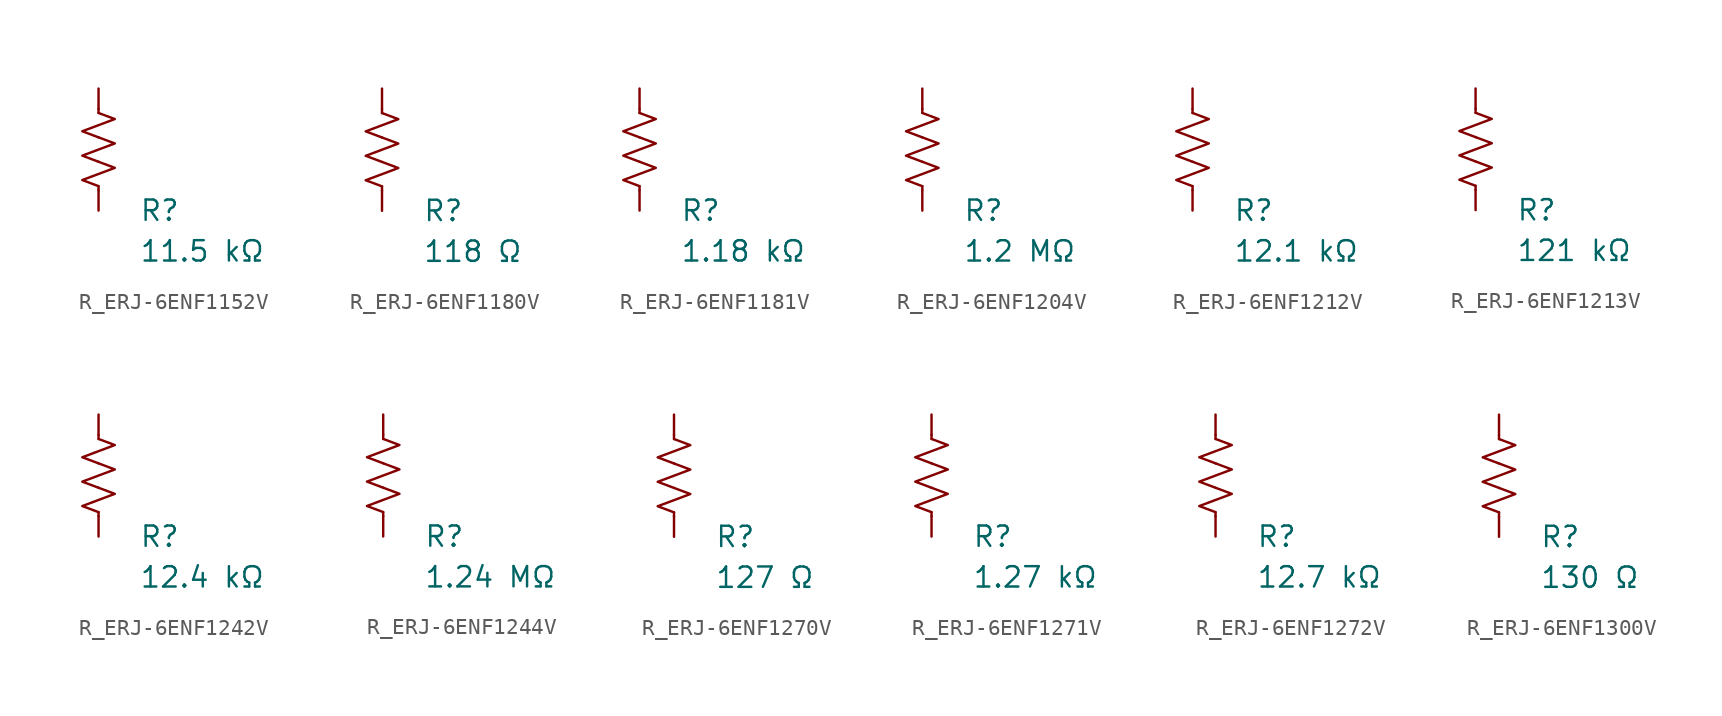
<source format=kicad_sym>
(kicad_symbol_lib
  (version 20231120)
  (generator "kicad_symbol_editor")
  (generator_version "8.0")
  (symbol "R_ERJ-6ENF1152V"
    (pin_numbers hide)
    (pin_names
      (offset 0))
    (property "Reference" "R"
      (at 2.54 -3.81 0)
      (effects (font (size 1.27 1.27)) (justify left))
      (show_name no))
    (property "Value" "11.5 kΩ"
      (at 2.54 -6.35 0)
      (effects (font (size 1.27 1.27)) (justify left))
      (show_name no))
    (symbol "R_ERJ-6ENF1152V_0_1"
      (polyline (pts (xy 0 -2.286) (xy 0 -2.54)) (stroke (width 0) (type default)) (fill (type none)))
      (polyline (pts (xy 0 2.286) (xy 0 2.54)) (stroke (width 0) (type default)) (fill (type none)))
      (polyline (pts (xy 0 -0.762) (xy 1.016 -1.143) (xy 0 -1.524) (xy -1.016 -1.905) (xy 0 -2.286)) (stroke (width 0) (type default)) (fill (type none)))
      (polyline (pts (xy 0 0.762) (xy 1.016 0.381) (xy 0 0) (xy -1.016 -0.381) (xy 0 -0.762)) (stroke (width 0) (type default)) (fill (type none)))
      (polyline (pts (xy 0 2.286) (xy 1.016 1.905) (xy 0 1.524) (xy -1.016 1.143) (xy 0 0.762)) (stroke (width 0) (type default)) (fill (type none))))
    (symbol "R_ERJ-6ENF1152V_1_1"
      (pin passive line (at 0 3.81 270) (length 1.27) (name "~" (effects (font (size 1.27 1.27)))) (number "1" (effects (font (size 1.27 1.27)))))
      (pin passive line (at 0 -3.81 90) (length 1.27) (name "~" (effects (font (size 1.27 1.27)))) (number "2" (effects (font (size 1.27 1.27)))))))
  (symbol "R_ERJ-6ENF1180V"
    (pin_numbers hide)
    (pin_names
      (offset 0))
    (property "Reference" "R"
      (at 2.54 -3.81 0)
      (effects (font (size 1.27 1.27)) (justify left))
      (show_name no))
    (property "Value" "118 Ω"
      (at 2.54 -6.35 0)
      (effects (font (size 1.27 1.27)) (justify left))
      (show_name no))
    (symbol "R_ERJ-6ENF1180V_0_1"
      (polyline (pts (xy 0 -2.286) (xy 0 -2.54)) (stroke (width 0) (type default)) (fill (type none)))
      (polyline (pts (xy 0 2.286) (xy 0 2.54)) (stroke (width 0) (type default)) (fill (type none)))
      (polyline (pts (xy 0 -0.762) (xy 1.016 -1.143) (xy 0 -1.524) (xy -1.016 -1.905) (xy 0 -2.286)) (stroke (width 0) (type default)) (fill (type none)))
      (polyline (pts (xy 0 0.762) (xy 1.016 0.381) (xy 0 0) (xy -1.016 -0.381) (xy 0 -0.762)) (stroke (width 0) (type default)) (fill (type none)))
      (polyline (pts (xy 0 2.286) (xy 1.016 1.905) (xy 0 1.524) (xy -1.016 1.143) (xy 0 0.762)) (stroke (width 0) (type default)) (fill (type none))))
    (symbol "R_ERJ-6ENF1180V_1_1"
      (pin passive line (at 0 3.81 270) (length 1.27) (name "~" (effects (font (size 1.27 1.27)))) (number "1" (effects (font (size 1.27 1.27)))))
      (pin passive line (at 0 -3.81 90) (length 1.27) (name "~" (effects (font (size 1.27 1.27)))) (number "2" (effects (font (size 1.27 1.27)))))))
  (symbol "R_ERJ-6ENF1181V"
    (pin_numbers hide)
    (pin_names
      (offset 0))
    (property "Reference" "R"
      (at 2.54 -3.81 0)
      (effects (font (size 1.27 1.27)) (justify left))
      (show_name no))
    (property "Value" "1.18 kΩ"
      (at 2.54 -6.35 0)
      (effects (font (size 1.27 1.27)) (justify left))
      (show_name no))
    (symbol "R_ERJ-6ENF1181V_0_1"
      (polyline (pts (xy 0 -2.286) (xy 0 -2.54)) (stroke (width 0) (type default)) (fill (type none)))
      (polyline (pts (xy 0 2.286) (xy 0 2.54)) (stroke (width 0) (type default)) (fill (type none)))
      (polyline (pts (xy 0 -0.762) (xy 1.016 -1.143) (xy 0 -1.524) (xy -1.016 -1.905) (xy 0 -2.286)) (stroke (width 0) (type default)) (fill (type none)))
      (polyline (pts (xy 0 0.762) (xy 1.016 0.381) (xy 0 0) (xy -1.016 -0.381) (xy 0 -0.762)) (stroke (width 0) (type default)) (fill (type none)))
      (polyline (pts (xy 0 2.286) (xy 1.016 1.905) (xy 0 1.524) (xy -1.016 1.143) (xy 0 0.762)) (stroke (width 0) (type default)) (fill (type none))))
    (symbol "R_ERJ-6ENF1181V_1_1"
      (pin passive line (at 0 3.81 270) (length 1.27) (name "~" (effects (font (size 1.27 1.27)))) (number "1" (effects (font (size 1.27 1.27)))))
      (pin passive line (at 0 -3.81 90) (length 1.27) (name "~" (effects (font (size 1.27 1.27)))) (number "2" (effects (font (size 1.27 1.27)))))))
  (symbol "R_ERJ-6ENF1204V"
    (pin_numbers hide)
    (pin_names
      (offset 0))
    (property "Reference" "R"
      (at 2.54 -3.81 0)
      (effects (font (size 1.27 1.27)) (justify left))
      (show_name no))
    (property "Value" "1.2 MΩ"
      (at 2.54 -6.35 0)
      (effects (font (size 1.27 1.27)) (justify left))
      (show_name no))
    (symbol "R_ERJ-6ENF1204V_0_1"
      (polyline (pts (xy 0 -2.286) (xy 0 -2.54)) (stroke (width 0) (type default)) (fill (type none)))
      (polyline (pts (xy 0 2.286) (xy 0 2.54)) (stroke (width 0) (type default)) (fill (type none)))
      (polyline (pts (xy 0 -0.762) (xy 1.016 -1.143) (xy 0 -1.524) (xy -1.016 -1.905) (xy 0 -2.286)) (stroke (width 0) (type default)) (fill (type none)))
      (polyline (pts (xy 0 0.762) (xy 1.016 0.381) (xy 0 0) (xy -1.016 -0.381) (xy 0 -0.762)) (stroke (width 0) (type default)) (fill (type none)))
      (polyline (pts (xy 0 2.286) (xy 1.016 1.905) (xy 0 1.524) (xy -1.016 1.143) (xy 0 0.762)) (stroke (width 0) (type default)) (fill (type none))))
    (symbol "R_ERJ-6ENF1204V_1_1"
      (pin passive line (at 0 3.81 270) (length 1.27) (name "~" (effects (font (size 1.27 1.27)))) (number "1" (effects (font (size 1.27 1.27)))))
      (pin passive line (at 0 -3.81 90) (length 1.27) (name "~" (effects (font (size 1.27 1.27)))) (number "2" (effects (font (size 1.27 1.27)))))))
  (symbol "R_ERJ-6ENF1212V"
    (pin_numbers hide)
    (pin_names
      (offset 0))
    (property "Reference" "R"
      (at 2.54 -3.81 0)
      (effects (font (size 1.27 1.27)) (justify left))
      (show_name no))
    (property "Value" "12.1 kΩ"
      (at 2.54 -6.35 0)
      (effects (font (size 1.27 1.27)) (justify left))
      (show_name no))
    (symbol "R_ERJ-6ENF1212V_0_1"
      (polyline (pts (xy 0 -2.286) (xy 0 -2.54)) (stroke (width 0) (type default)) (fill (type none)))
      (polyline (pts (xy 0 2.286) (xy 0 2.54)) (stroke (width 0) (type default)) (fill (type none)))
      (polyline (pts (xy 0 -0.762) (xy 1.016 -1.143) (xy 0 -1.524) (xy -1.016 -1.905) (xy 0 -2.286)) (stroke (width 0) (type default)) (fill (type none)))
      (polyline (pts (xy 0 0.762) (xy 1.016 0.381) (xy 0 0) (xy -1.016 -0.381) (xy 0 -0.762)) (stroke (width 0) (type default)) (fill (type none)))
      (polyline (pts (xy 0 2.286) (xy 1.016 1.905) (xy 0 1.524) (xy -1.016 1.143) (xy 0 0.762)) (stroke (width 0) (type default)) (fill (type none))))
    (symbol "R_ERJ-6ENF1212V_1_1"
      (pin passive line (at 0 3.81 270) (length 1.27) (name "~" (effects (font (size 1.27 1.27)))) (number "1" (effects (font (size 1.27 1.27)))))
      (pin passive line (at 0 -3.81 90) (length 1.27) (name "~" (effects (font (size 1.27 1.27)))) (number "2" (effects (font (size 1.27 1.27)))))))
  (symbol "R_ERJ-6ENF1213V"
    (pin_numbers hide)
    (pin_names
      (offset 0))
    (property "Reference" "R"
      (at 2.54 -3.81 0)
      (effects (font (size 1.27 1.27)) (justify left))
      (show_name no))
    (property "Value" "121 kΩ"
      (at 2.54 -6.35 0)
      (effects (font (size 1.27 1.27)) (justify left))
      (show_name no))
    (symbol "R_ERJ-6ENF1213V_0_1"
      (polyline (pts (xy 0 -2.286) (xy 0 -2.54)) (stroke (width 0) (type default)) (fill (type none)))
      (polyline (pts (xy 0 2.286) (xy 0 2.54)) (stroke (width 0) (type default)) (fill (type none)))
      (polyline (pts (xy 0 -0.762) (xy 1.016 -1.143) (xy 0 -1.524) (xy -1.016 -1.905) (xy 0 -2.286)) (stroke (width 0) (type default)) (fill (type none)))
      (polyline (pts (xy 0 0.762) (xy 1.016 0.381) (xy 0 0) (xy -1.016 -0.381) (xy 0 -0.762)) (stroke (width 0) (type default)) (fill (type none)))
      (polyline (pts (xy 0 2.286) (xy 1.016 1.905) (xy 0 1.524) (xy -1.016 1.143) (xy 0 0.762)) (stroke (width 0) (type default)) (fill (type none))))
    (symbol "R_ERJ-6ENF1213V_1_1"
      (pin passive line (at 0 3.81 270) (length 1.27) (name "~" (effects (font (size 1.27 1.27)))) (number "1" (effects (font (size 1.27 1.27)))))
      (pin passive line (at 0 -3.81 90) (length 1.27) (name "~" (effects (font (size 1.27 1.27)))) (number "2" (effects (font (size 1.27 1.27)))))))
  (symbol "R_ERJ-6ENF1242V"
    (pin_numbers hide)
    (pin_names
      (offset 0))
    (property "Reference" "R"
      (at 2.54 -3.81 0)
      (effects (font (size 1.27 1.27)) (justify left))
      (show_name no))
    (property "Value" "12.4 kΩ"
      (at 2.54 -6.35 0)
      (effects (font (size 1.27 1.27)) (justify left))
      (show_name no))
    (symbol "R_ERJ-6ENF1242V_0_1"
      (polyline (pts (xy 0 -2.286) (xy 0 -2.54)) (stroke (width 0) (type default)) (fill (type none)))
      (polyline (pts (xy 0 2.286) (xy 0 2.54)) (stroke (width 0) (type default)) (fill (type none)))
      (polyline (pts (xy 0 -0.762) (xy 1.016 -1.143) (xy 0 -1.524) (xy -1.016 -1.905) (xy 0 -2.286)) (stroke (width 0) (type default)) (fill (type none)))
      (polyline (pts (xy 0 0.762) (xy 1.016 0.381) (xy 0 0) (xy -1.016 -0.381) (xy 0 -0.762)) (stroke (width 0) (type default)) (fill (type none)))
      (polyline (pts (xy 0 2.286) (xy 1.016 1.905) (xy 0 1.524) (xy -1.016 1.143) (xy 0 0.762)) (stroke (width 0) (type default)) (fill (type none))))
    (symbol "R_ERJ-6ENF1242V_1_1"
      (pin passive line (at 0 3.81 270) (length 1.27) (name "~" (effects (font (size 1.27 1.27)))) (number "1" (effects (font (size 1.27 1.27)))))
      (pin passive line (at 0 -3.81 90) (length 1.27) (name "~" (effects (font (size 1.27 1.27)))) (number "2" (effects (font (size 1.27 1.27)))))))
  (symbol "R_ERJ-6ENF1244V"
    (pin_numbers hide)
    (pin_names
      (offset 0))
    (property "Reference" "R"
      (at 2.54 -3.81 0)
      (effects (font (size 1.27 1.27)) (justify left))
      (show_name no))
    (property "Value" "1.24 MΩ"
      (at 2.54 -6.35 0)
      (effects (font (size 1.27 1.27)) (justify left))
      (show_name no))
    (symbol "R_ERJ-6ENF1244V_0_1"
      (polyline (pts (xy 0 -2.286) (xy 0 -2.54)) (stroke (width 0) (type default)) (fill (type none)))
      (polyline (pts (xy 0 2.286) (xy 0 2.54)) (stroke (width 0) (type default)) (fill (type none)))
      (polyline (pts (xy 0 -0.762) (xy 1.016 -1.143) (xy 0 -1.524) (xy -1.016 -1.905) (xy 0 -2.286)) (stroke (width 0) (type default)) (fill (type none)))
      (polyline (pts (xy 0 0.762) (xy 1.016 0.381) (xy 0 0) (xy -1.016 -0.381) (xy 0 -0.762)) (stroke (width 0) (type default)) (fill (type none)))
      (polyline (pts (xy 0 2.286) (xy 1.016 1.905) (xy 0 1.524) (xy -1.016 1.143) (xy 0 0.762)) (stroke (width 0) (type default)) (fill (type none))))
    (symbol "R_ERJ-6ENF1244V_1_1"
      (pin passive line (at 0 3.81 270) (length 1.27) (name "~" (effects (font (size 1.27 1.27)))) (number "1" (effects (font (size 1.27 1.27)))))
      (pin passive line (at 0 -3.81 90) (length 1.27) (name "~" (effects (font (size 1.27 1.27)))) (number "2" (effects (font (size 1.27 1.27)))))))
  (symbol "R_ERJ-6ENF1270V"
    (pin_numbers hide)
    (pin_names
      (offset 0))
    (property "Reference" "R"
      (at 2.54 -3.81 0)
      (effects (font (size 1.27 1.27)) (justify left))
      (show_name no))
    (property "Value" "127 Ω"
      (at 2.54 -6.35 0)
      (effects (font (size 1.27 1.27)) (justify left))
      (show_name no))
    (symbol "R_ERJ-6ENF1270V_0_1"
      (polyline (pts (xy 0 -2.286) (xy 0 -2.54)) (stroke (width 0) (type default)) (fill (type none)))
      (polyline (pts (xy 0 2.286) (xy 0 2.54)) (stroke (width 0) (type default)) (fill (type none)))
      (polyline (pts (xy 0 -0.762) (xy 1.016 -1.143) (xy 0 -1.524) (xy -1.016 -1.905) (xy 0 -2.286)) (stroke (width 0) (type default)) (fill (type none)))
      (polyline (pts (xy 0 0.762) (xy 1.016 0.381) (xy 0 0) (xy -1.016 -0.381) (xy 0 -0.762)) (stroke (width 0) (type default)) (fill (type none)))
      (polyline (pts (xy 0 2.286) (xy 1.016 1.905) (xy 0 1.524) (xy -1.016 1.143) (xy 0 0.762)) (stroke (width 0) (type default)) (fill (type none))))
    (symbol "R_ERJ-6ENF1270V_1_1"
      (pin passive line (at 0 3.81 270) (length 1.27) (name "~" (effects (font (size 1.27 1.27)))) (number "1" (effects (font (size 1.27 1.27)))))
      (pin passive line (at 0 -3.81 90) (length 1.27) (name "~" (effects (font (size 1.27 1.27)))) (number "2" (effects (font (size 1.27 1.27)))))))
  (symbol "R_ERJ-6ENF1271V"
    (pin_numbers hide)
    (pin_names
      (offset 0))
    (property "Reference" "R"
      (at 2.54 -3.81 0)
      (effects (font (size 1.27 1.27)) (justify left))
      (show_name no))
    (property "Value" "1.27 kΩ"
      (at 2.54 -6.35 0)
      (effects (font (size 1.27 1.27)) (justify left))
      (show_name no))
    (symbol "R_ERJ-6ENF1271V_0_1"
      (polyline (pts (xy 0 -2.286) (xy 0 -2.54)) (stroke (width 0) (type default)) (fill (type none)))
      (polyline (pts (xy 0 2.286) (xy 0 2.54)) (stroke (width 0) (type default)) (fill (type none)))
      (polyline (pts (xy 0 -0.762) (xy 1.016 -1.143) (xy 0 -1.524) (xy -1.016 -1.905) (xy 0 -2.286)) (stroke (width 0) (type default)) (fill (type none)))
      (polyline (pts (xy 0 0.762) (xy 1.016 0.381) (xy 0 0) (xy -1.016 -0.381) (xy 0 -0.762)) (stroke (width 0) (type default)) (fill (type none)))
      (polyline (pts (xy 0 2.286) (xy 1.016 1.905) (xy 0 1.524) (xy -1.016 1.143) (xy 0 0.762)) (stroke (width 0) (type default)) (fill (type none))))
    (symbol "R_ERJ-6ENF1271V_1_1"
      (pin passive line (at 0 3.81 270) (length 1.27) (name "~" (effects (font (size 1.27 1.27)))) (number "1" (effects (font (size 1.27 1.27)))))
      (pin passive line (at 0 -3.81 90) (length 1.27) (name "~" (effects (font (size 1.27 1.27)))) (number "2" (effects (font (size 1.27 1.27)))))))
  (symbol "R_ERJ-6ENF1272V"
    (pin_numbers hide)
    (pin_names
      (offset 0))
    (property "Reference" "R"
      (at 2.54 -3.81 0)
      (effects (font (size 1.27 1.27)) (justify left))
      (show_name no))
    (property "Value" "12.7 kΩ"
      (at 2.54 -6.35 0)
      (effects (font (size 1.27 1.27)) (justify left))
      (show_name no))
    (symbol "R_ERJ-6ENF1272V_0_1"
      (polyline (pts (xy 0 -2.286) (xy 0 -2.54)) (stroke (width 0) (type default)) (fill (type none)))
      (polyline (pts (xy 0 2.286) (xy 0 2.54)) (stroke (width 0) (type default)) (fill (type none)))
      (polyline (pts (xy 0 -0.762) (xy 1.016 -1.143) (xy 0 -1.524) (xy -1.016 -1.905) (xy 0 -2.286)) (stroke (width 0) (type default)) (fill (type none)))
      (polyline (pts (xy 0 0.762) (xy 1.016 0.381) (xy 0 0) (xy -1.016 -0.381) (xy 0 -0.762)) (stroke (width 0) (type default)) (fill (type none)))
      (polyline (pts (xy 0 2.286) (xy 1.016 1.905) (xy 0 1.524) (xy -1.016 1.143) (xy 0 0.762)) (stroke (width 0) (type default)) (fill (type none))))
    (symbol "R_ERJ-6ENF1272V_1_1"
      (pin passive line (at 0 3.81 270) (length 1.27) (name "~" (effects (font (size 1.27 1.27)))) (number "1" (effects (font (size 1.27 1.27)))))
      (pin passive line (at 0 -3.81 90) (length 1.27) (name "~" (effects (font (size 1.27 1.27)))) (number "2" (effects (font (size 1.27 1.27)))))))
  (symbol "R_ERJ-6ENF1300V"
    (pin_numbers hide)
    (pin_names
      (offset 0))
    (property "Reference" "R"
      (at 2.54 -3.81 0)
      (effects (font (size 1.27 1.27)) (justify left))
      (show_name no))
    (property "Value" "130 Ω"
      (at 2.54 -6.35 0)
      (effects (font (size 1.27 1.27)) (justify left))
      (show_name no))
    (symbol "R_ERJ-6ENF1300V_0_1"
      (polyline (pts (xy 0 -2.286) (xy 0 -2.54)) (stroke (width 0) (type default)) (fill (type none)))
      (polyline (pts (xy 0 2.286) (xy 0 2.54)) (stroke (width 0) (type default)) (fill (type none)))
      (polyline (pts (xy 0 -0.762) (xy 1.016 -1.143) (xy 0 -1.524) (xy -1.016 -1.905) (xy 0 -2.286)) (stroke (width 0) (type default)) (fill (type none)))
      (polyline (pts (xy 0 0.762) (xy 1.016 0.381) (xy 0 0) (xy -1.016 -0.381) (xy 0 -0.762)) (stroke (width 0) (type default)) (fill (type none)))
      (polyline (pts (xy 0 2.286) (xy 1.016 1.905) (xy 0 1.524) (xy -1.016 1.143) (xy 0 0.762)) (stroke (width 0) (type default)) (fill (type none))))
    (symbol "R_ERJ-6ENF1300V_1_1"
      (pin passive line (at 0 3.81 270) (length 1.27) (name "~" (effects (font (size 1.27 1.27)))) (number "1" (effects (font (size 1.27 1.27)))))
      (pin passive line (at 0 -3.81 90) (length 1.27) (name "~" (effects (font (size 1.27 1.27)))) (number "2" (effects (font (size 1.27 1.27))))))))
</source>
